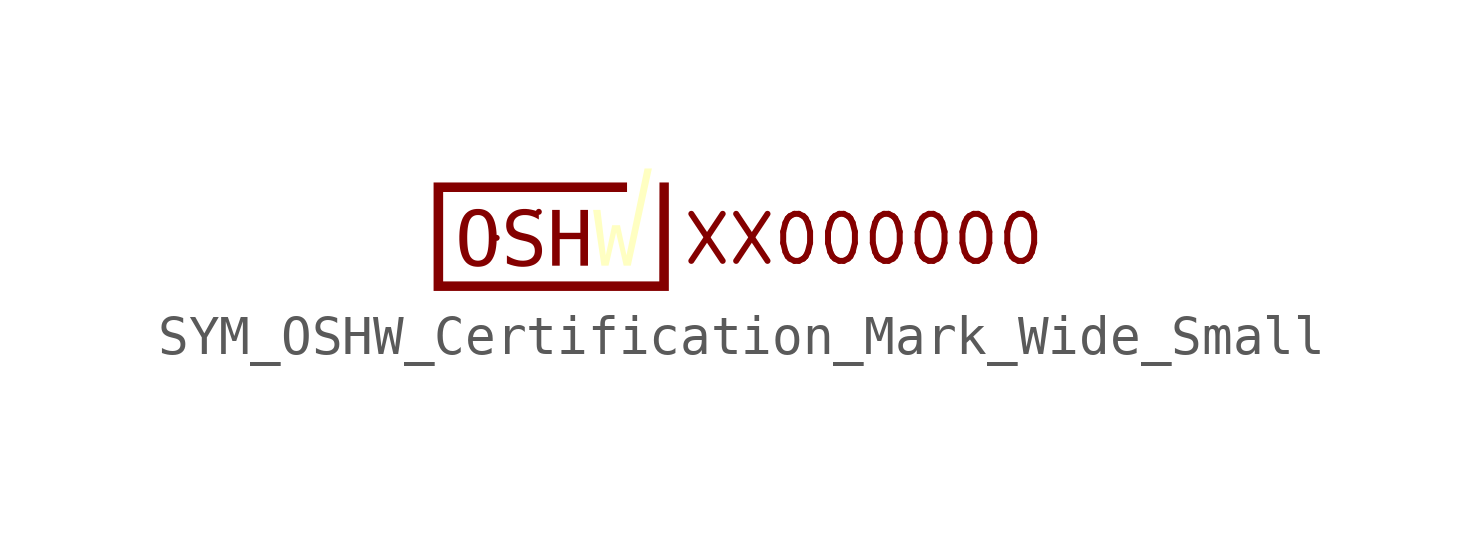
<source format=kicad_sym>
(kicad_symbol_lib
  (version 20220914)
  (generator kicad_symbol_editor)
  (symbol "SYM_OSHW_Certification_Mark_Wide_Small"
    (property "Reference" "LOGO"
      (at 0 0 0)
      (effects (font (size 1.27 1.27)) hide))
    (symbol "SYM_OSHW_Certification_Mark_Wide_Small_1_1"
      (polyline (pts (xy -1.391 -0.214) (xy -1.391 -0.214) (xy -1.391 -0.214)) (stroke (width 0) (type default)) (fill (type outline)))
      (polyline (pts (xy -0.316 0.45) (xy -0.316 0.45) (xy -0.316 0.45)) (stroke (width 0) (type default)) (fill (type outline)))
      (polyline (pts (xy 3 -1.568) (xy -3 -1.568) (xy -3 1.199) (xy -3 1.199) (xy 1.934 1.199) (xy 1.934 0.955) (xy -2.756 0.955) (xy -2.756 -1.324) (xy 2.756 -1.324) (xy 2.761 1.199) (xy 3 1.199)) (stroke (width -0.0001) (type default)) (fill (type outline)))
      (polyline (pts (xy 0.217 -0.085) (xy 0.744 -0.085) (xy 0.744 0.499) (xy 0.938 0.499) (xy 0.938 -0.924) (xy 0.744 -0.924) (xy 0.744 -0.247) (xy 0.217 -0.247) (xy 0.217 -0.924) (xy 0.024 -0.924) (xy 0.024 0.499) (xy 0.217 0.499)) (stroke (width -0.0001) (type default)) (fill (type outline)))
      (polyline (pts (xy 2.03 -0.924) (xy 1.848 -0.924) (xy 1.655 -0.079) (xy 1.462 -0.924) (xy 1.28 -0.924) (xy 1.068 0.499) (xy 1.256 0.499) (xy 1.392 -0.656) (xy 1.554 0.108) (xy 1.755 0.108) (xy 1.919 -0.658) (xy 2.38 1.556) (xy 2.568 1.556)) (stroke (width -0.0001) (type default)) (fill (type background)))
      (polyline (pts (xy -1.838 0.524) (xy -1.809 0.521) (xy -1.782 0.518) (xy -1.755 0.513) (xy -1.729 0.506) (xy -1.704 0.499) (xy -1.681 0.489) (xy -1.658 0.479) (xy -1.636 0.467) (xy -1.615 0.453) (xy -1.595 0.438) (xy -1.576 0.421) (xy -1.558 0.404) (xy -1.541 0.384) (xy -1.525 0.363) (xy -1.509 0.341) (xy -1.495 0.318) (xy -1.482 0.293) (xy -1.469 0.266) (xy -1.458 0.238) (xy -1.447 0.208) (xy -1.437 0.177) (xy -1.429 0.145) (xy -1.421 0.111) (xy -1.414 0.075) (xy -1.408 0.039) (xy -1.403 0.0001) (xy -1.399 -0.04) (xy -1.395 -0.081) (xy -1.393 -0.124) (xy -1.392 -0.168) (xy -1.391 -0.214) (xy -1.392 -0.26) (xy -1.393 -0.304) (xy -1.395 -0.347) (xy -1.399 -0.388) (xy -1.403 -0.428) (xy -1.408 -0.466) (xy -1.414 -0.503) (xy -1.421 -0.539) (xy -1.429 -0.573) (xy -1.437 -0.605) (xy -1.447 -0.636) (xy -1.458 -0.666) (xy -1.469 -0.694) (xy -1.482 -0.72) (xy -1.495 -0.745) (xy -1.509 -0.769) (xy -1.517 -0.78) (xy -1.525 -0.791) (xy -1.532 -0.802) (xy -1.541 -0.812) (xy -1.549 -0.822) (xy -1.558 -0.831) (xy -1.567 -0.84) (xy -1.576 -0.849) (xy -1.585 -0.857) (xy -1.595 -0.865) (xy -1.605 -0.873) (xy -1.615 -0.88) (xy -1.625 -0.887) (xy -1.636 -0.894) (xy -1.647 -0.9) (xy -1.658 -0.906) (xy -1.669 -0.912) (xy -1.681 -0.917) (xy -1.692 -0.922) (xy -1.704 -0.926) (xy -1.717 -0.93) (xy -1.729 -0.934) (xy -1.742 -0.937) (xy -1.755 -0.94) (xy -1.768 -0.943) (xy -1.782 -0.945) (xy -1.809 -0.949) (xy -1.838 -0.951) (xy -1.868 -0.952) (xy -1.897 -0.951) (xy -1.926 -0.949) (xy -1.954 -0.945) (xy -1.981 -0.941) (xy -2.006 -0.934) (xy -2.031 -0.926) (xy -2.055 -0.917) (xy -2.078 -0.906) (xy -2.1 -0.894) (xy -2.121 -0.881) (xy -2.141 -0.866) (xy -2.16 -0.85) (xy -2.178 -0.832) (xy -2.195 -0.812) (xy -2.211 -0.792) (xy -2.226 -0.77) (xy -2.24 -0.746) (xy -2.254 -0.721) (xy -2.266 -0.695) (xy -2.277 -0.667) (xy -2.288 -0.637) (xy -2.297 -0.606) (xy -2.306 -0.574) (xy -2.314 -0.54) (xy -2.321 -0.504) (xy -2.327 -0.468) (xy -2.332 -0.429) (xy -2.336 -0.389) (xy -2.339 -0.348) (xy -2.341 -0.305) (xy -2.343 -0.26) (xy -2.343 -0.214) (xy -2.142 -0.214) (xy -2.141 -0.29) (xy -2.138 -0.359) (xy -2.133 -0.424) (xy -2.126 -0.482) (xy -2.122 -0.509) (xy -2.117 -0.535) (xy -2.112 -0.56) (xy -2.106 -0.583) (xy -2.1 -0.605) (xy -2.093 -0.625) (xy -2.086 -0.644) (xy -2.078 -0.661) (xy -2.07 -0.677) (xy -2.066 -0.685) (xy -2.061 -0.693) (xy -2.056 -0.7) (xy -2.051 -0.707) (xy -2.046 -0.714) (xy -2.041 -0.72) (xy -2.035 -0.726) (xy -2.03 -0.732) (xy -2.024 -0.738) (xy -2.018 -0.743) (xy -2.012 -0.748) (xy -2.006 -0.753) (xy -2 -0.758) (xy -1.993 -0.762) (xy -1.987 -0.766) (xy -1.98 -0.77) (xy -1.973 -0.773) (xy -1.966 -0.777) (xy -1.958 -0.78) (xy -1.951 -0.782) (xy -1.943 -0.785) (xy -1.936 -0.787) (xy -1.928 -0.789) (xy -1.92 -0.791) (xy -1.911 -0.792) (xy -1.903 -0.793) (xy -1.894 -0.794) (xy -1.886 -0.795) (xy -1.868 -0.795) (xy -1.85 -0.795) (xy -1.832 -0.793) (xy -1.816 -0.791) (xy -1.8 -0.787) (xy -1.784 -0.782) (xy -1.769 -0.777) (xy -1.755 -0.77) (xy -1.742 -0.762) (xy -1.729 -0.753) (xy -1.717 -0.743) (xy -1.705 -0.733) (xy -1.694 -0.721) (xy -1.684 -0.708) (xy -1.674 -0.693) (xy -1.665 -0.678) (xy -1.657 -0.662) (xy -1.649 -0.645) (xy -1.642 -0.626) (xy -1.635 -0.605) (xy -1.629 -0.584) (xy -1.623 -0.561) (xy -1.618 -0.536) (xy -1.613 -0.51) (xy -1.609 -0.483) (xy -1.605 -0.454) (xy -1.601 -0.424) (xy -1.599 -0.393) (xy -1.596 -0.36) (xy -1.595 -0.326) (xy -1.593 -0.29) (xy -1.593 -0.253) (xy -1.592 -0.214) (xy -1.593 -0.139) (xy -1.596 -0.069) (xy -1.601 -0.004) (xy -1.609 0.054) (xy -1.613 0.082) (xy -1.618 0.108) (xy -1.623 0.132) (xy -1.629 0.155) (xy -1.635 0.177) (xy -1.642 0.197) (xy -1.649 0.216) (xy -1.657 0.234) (xy -1.665 0.25) (xy -1.67 0.258) (xy -1.674 0.265) (xy -1.679 0.272) (xy -1.684 0.279) (xy -1.689 0.286) (xy -1.694 0.292) (xy -1.7 0.299) (xy -1.705 0.305) (xy -1.711 0.31) (xy -1.717 0.316) (xy -1.723 0.321) (xy -1.729 0.326) (xy -1.735 0.33) (xy -1.742 0.335) (xy -1.748 0.339) (xy -1.755 0.342) (xy -1.762 0.346) (xy -1.769 0.349) (xy -1.777 0.352) (xy -1.784 0.355) (xy -1.792 0.357) (xy -1.8 0.36) (xy -1.808 0.362) (xy -1.816 0.363) (xy -1.824 0.365) (xy -1.832 0.366) (xy -1.841 0.367) (xy -1.85 0.368) (xy -1.868 0.368) (xy -1.886 0.368) (xy -1.903 0.366) (xy -1.92 0.363) (xy -1.936 0.36) (xy -1.951 0.355) (xy -1.966 0.349) (xy -1.98 0.342) (xy -1.993 0.335) (xy -2.006 0.326) (xy -2.018 0.316) (xy -2.03 0.305) (xy -2.041 0.292) (xy -2.051 0.279) (xy -2.061 0.265) (xy -2.07 0.25) (xy -2.078 0.234) (xy -2.086 0.216) (xy -2.093 0.197) (xy -2.1 0.177) (xy -2.106 0.155) (xy -2.112 0.132) (xy -2.117 0.108) (xy -2.122 0.082) (xy -2.126 0.054) (xy -2.13 0.026) (xy -2.133 -0.004) (xy -2.136 -0.036) (xy -2.138 -0.069) (xy -2.14 -0.103) (xy -2.141 -0.139) (xy -2.142 -0.176) (xy -2.142 -0.214) (xy -2.343 -0.214) (xy -2.343 -0.168) (xy -2.341 -0.124) (xy -2.339 -0.081) (xy -2.336 -0.04) (xy -2.332 0.0001) (xy -2.327 0.039) (xy -2.321 0.075) (xy -2.314 0.111) (xy -2.306 0.145) (xy -2.297 0.177) (xy -2.288 0.208) (xy -2.277 0.238) (xy -2.266 0.266) (xy -2.254 0.293) (xy -2.24 0.318) (xy -2.226 0.341) (xy -2.219 0.353) (xy -2.211 0.363) (xy -2.203 0.374) (xy -2.195 0.384) (xy -2.186 0.394) (xy -2.178 0.404) (xy -2.169 0.413) (xy -2.159 0.421) (xy -2.15 0.43) (xy -2.14 0.438) (xy -2.131 0.446) (xy -2.12 0.453) (xy -2.11 0.46) (xy -2.099 0.467) (xy -2.088 0.473) (xy -2.077 0.479) (xy -2.066 0.484) (xy -2.055 0.489) (xy -2.043 0.494) (xy -2.031 0.499) (xy -2.018 0.503) (xy -2.006 0.506) (xy -1.993 0.51) (xy -1.98 0.513) (xy -1.954 0.518) (xy -1.926 0.521) (xy -1.897 0.524) (xy -1.868 0.524)) (stroke (width -0.0001) (type default)) (fill (type outline)))
      (polyline (pts (xy -0.658 0.524) (xy -0.638 0.523) (xy -0.616 0.521) (xy -0.595 0.519) (xy -0.573 0.517) (xy -0.551 0.513) (xy -0.529 0.509) (xy -0.507 0.505) (xy -0.484 0.5) (xy -0.461 0.495) (xy -0.437 0.489) (xy -0.414 0.482) (xy -0.39 0.475) (xy -0.365 0.467) (xy -0.341 0.459) (xy -0.316 0.45) (xy -0.316 0.254) (xy -0.338 0.268) (xy -0.36 0.281) (xy -0.382 0.293) (xy -0.404 0.304) (xy -0.426 0.314) (xy -0.448 0.323) (xy -0.47 0.332) (xy -0.492 0.339) (xy -0.514 0.346) (xy -0.536 0.352) (xy -0.558 0.357) (xy -0.58 0.361) (xy -0.603 0.364) (xy -0.625 0.366) (xy -0.647 0.367) (xy -0.67 0.368) (xy -0.686 0.368) (xy -0.703 0.367) (xy -0.719 0.366) (xy -0.734 0.364) (xy -0.749 0.362) (xy -0.764 0.359) (xy -0.778 0.356) (xy -0.791 0.352) (xy -0.805 0.348) (xy -0.818 0.343) (xy -0.83 0.338) (xy -0.842 0.332) (xy -0.853 0.326) (xy -0.864 0.319) (xy -0.875 0.312) (xy -0.885 0.304) (xy -0.894 0.296) (xy -0.903 0.287) (xy -0.912 0.279) (xy -0.919 0.27) (xy -0.927 0.26) (xy -0.933 0.251) (xy -0.939 0.24) (xy -0.944 0.23) (xy -0.949 0.219) (xy -0.953 0.208) (xy -0.956 0.196) (xy -0.959 0.184) (xy -0.961 0.172) (xy -0.963 0.16) (xy -0.964 0.147) (xy -0.964 0.133) (xy -0.964 0.122) (xy -0.963 0.111) (xy -0.962 0.1) (xy -0.961 0.089) (xy -0.959 0.079) (xy -0.957 0.069) (xy -0.954 0.059) (xy -0.951 0.05) (xy -0.948 0.041) (xy -0.944 0.033) (xy -0.94 0.025) (xy -0.935 0.017) (xy -0.93 0.01) (xy -0.925 0.003) (xy -0.919 -0.004) (xy -0.913 -0.011) (xy -0.906 -0.017) (xy -0.898 -0.023) (xy -0.89 -0.029) (xy -0.881 -0.034) (xy -0.871 -0.04) (xy -0.861 -0.045) (xy -0.85 -0.051) (xy -0.838 -0.056) (xy -0.825 -0.061) (xy -0.812 -0.066) (xy -0.798 -0.071) (xy -0.784 -0.076) (xy -0.768 -0.08) (xy -0.752 -0.085) (xy -0.736 -0.089) (xy -0.718 -0.093) (xy -0.617 -0.116) (xy -0.593 -0.122) (xy -0.569 -0.129) (xy -0.546 -0.136) (xy -0.524 -0.143) (xy -0.503 -0.151) (xy -0.482 -0.159) (xy -0.463 -0.167) (xy -0.444 -0.176) (xy -0.426 -0.186) (xy -0.409 -0.196) (xy -0.393 -0.206) (xy -0.378 -0.216) (xy -0.364 -0.227) (xy -0.35 -0.239) (xy -0.337 -0.251) (xy -0.326 -0.263) (xy -0.315 -0.276) (xy -0.304 -0.289) (xy -0.294 -0.303) (xy -0.285 -0.318) (xy -0.277 -0.333) (xy -0.27 -0.348) (xy -0.263 -0.364) (xy -0.257 -0.381) (xy -0.252 -0.399) (xy -0.247 -0.416) (xy -0.243 -0.435) (xy -0.24 -0.454) (xy -0.237 -0.473) (xy -0.235 -0.494) (xy -0.234 -0.514) (xy -0.234 -0.536) (xy -0.234 -0.561) (xy -0.236 -0.585) (xy -0.238 -0.608) (xy -0.242 -0.631) (xy -0.246 -0.653) (xy -0.252 -0.674) (xy -0.258 -0.695) (xy -0.266 -0.715) (xy -0.274 -0.734) (xy -0.283 -0.752) (xy -0.293 -0.769) (xy -0.305 -0.786) (xy -0.317 -0.802) (xy -0.33 -0.817) (xy -0.345 -0.832) (xy -0.36 -0.845) (xy -0.376 -0.858) (xy -0.393 -0.87) (xy -0.411 -0.882) (xy -0.43 -0.892) (xy -0.45 -0.902) (xy -0.47 -0.91) (xy -0.492 -0.918) (xy -0.514 -0.925) (xy -0.537 -0.932) (xy -0.562 -0.937) (xy -0.587 -0.942) (xy -0.613 -0.945) (xy -0.64 -0.948) (xy -0.667 -0.95) (xy -0.696 -0.952) (xy -0.726 -0.952) (xy -0.751 -0.952) (xy -0.776 -0.951) (xy -0.801 -0.949) (xy -0.826 -0.947) (xy -0.851 -0.944) (xy -0.876 -0.94) (xy -0.902 -0.935) (xy -0.927 -0.93) (xy -0.952 -0.925) (xy -0.977 -0.918) (xy -1.003 -0.911) (xy -1.028 -0.904) (xy -1.054 -0.895) (xy -1.079 -0.886) (xy -1.104 -0.877) (xy -1.13 -0.866) (xy -1.13 -0.661) (xy -1.103 -0.678) (xy -1.076 -0.694) (xy -1.049 -0.708) (xy -1.023 -0.722) (xy -0.998 -0.734) (xy -0.972 -0.745) (xy -0.948 -0.755) (xy -0.923 -0.763) (xy -0.898 -0.771) (xy -0.874 -0.778) (xy -0.849 -0.783) (xy -0.825 -0.788) (xy -0.8 -0.791) (xy -0.775 -0.794) (xy -0.751 -0.795) (xy -0.726 -0.796) (xy -0.708 -0.795) (xy -0.69 -0.795) (xy -0.673 -0.793) (xy -0.657 -0.792) (xy -0.641 -0.789) (xy -0.625 -0.787) (xy -0.611 -0.783) (xy -0.596 -0.78) (xy -0.582 -0.775) (xy -0.569 -0.77) (xy -0.556 -0.765) (xy -0.543 -0.759) (xy -0.532 -0.753) (xy -0.52 -0.746) (xy -0.509 -0.739) (xy -0.499 -0.731) (xy -0.489 -0.723) (xy -0.48 -0.714) (xy -0.471 -0.705) (xy -0.464 -0.695) (xy -0.456 -0.685) (xy -0.45 -0.674) (xy -0.444 -0.664) (xy -0.438 -0.652) (xy -0.433 -0.641) (xy -0.429 -0.629) (xy -0.426 -0.616) (xy -0.423 -0.603) (xy -0.421 -0.59) (xy -0.419 -0.577) (xy -0.418 -0.562) (xy -0.418 -0.548) (xy -0.418 -0.535) (xy -0.419 -0.522) (xy -0.42 -0.51) (xy -0.421 -0.498) (xy -0.423 -0.486) (xy -0.426 -0.475) (xy -0.429 -0.464) (xy -0.432 -0.454) (xy -0.436 -0.444) (xy -0.44 -0.434) (xy -0.445 -0.425) (xy -0.45 -0.416) (xy -0.455 -0.408) (xy -0.461 -0.4) (xy -0.467 -0.392) (xy -0.474 -0.385) (xy -0.481 -0.378) (xy -0.489 -0.371) (xy -0.498 -0.365) (xy -0.507 -0.358) (xy -0.517 -0.352) (xy -0.527 -0.346) (xy -0.538 -0.341) (xy -0.55 -0.335) (xy -0.563 -0.33) (xy -0.576 -0.325) (xy -0.589 -0.32) (xy -0.604 -0.315) (xy -0.619 -0.311) (xy -0.634 -0.306) (xy -0.651 -0.302) (xy -0.668 -0.298) (xy -0.771 -0.275) (xy -0.795 -0.269) (xy -0.818 -0.263) (xy -0.841 -0.256) (xy -0.863 -0.249) (xy -0.884 -0.242) (xy -0.904 -0.234) (xy -0.923 -0.227) (xy -0.942 -0.218) (xy -0.959 -0.21) (xy -0.976 -0.201) (xy -0.992 -0.191) (xy -1.007 -0.182) (xy -1.021 -0.172) (xy -1.034 -0.161) (xy -1.047 -0.15) (xy -1.058 -0.139) (xy -1.069 -0.128) (xy -1.079 -0.116) (xy -1.089 -0.103) (xy -1.098 -0.09) (xy -1.106 -0.076) (xy -1.113 -0.063) (xy -1.12 -0.048) (xy -1.126 -0.033) (xy -1.131 -0.018) (xy -1.135 -0.002) (xy -1.139 0.015) (xy -1.142 0.032) (xy -1.145 0.049) (xy -1.147 0.067) (xy -1.148 0.085) (xy -1.148 0.104) (xy -1.147 0.127) (xy -1.146 0.15) (xy -1.143 0.173) (xy -1.14 0.194) (xy -1.135 0.215) (xy -1.13 0.236) (xy -1.123 0.256) (xy -1.116 0.275) (xy -1.108 0.294) (xy -1.098 0.312) (xy -1.088 0.33) (xy -1.076 0.347) (xy -1.064 0.363) (xy -1.05 0.379) (xy -1.036 0.394) (xy -1.02 0.409) (xy -1.004 0.423) (xy -0.987 0.436) (xy -0.969 0.448) (xy -0.951 0.459) (xy -0.932 0.47) (xy -0.912 0.479) (xy -0.892 0.488) (xy -0.871 0.495) (xy -0.849 0.502) (xy -0.827 0.508) (xy -0.804 0.513) (xy -0.78 0.517) (xy -0.756 0.52) (xy -0.731 0.522) (xy -0.705 0.524) (xy -0.679 0.524)) (stroke (width -0.0001) (type default)) (fill (type outline)))
      (text "XX000000" (at 3.302 -0.254 0) (effects (font (face "KiCad Font") (size 1.2 1.2)) (justify left))))))
</source>
